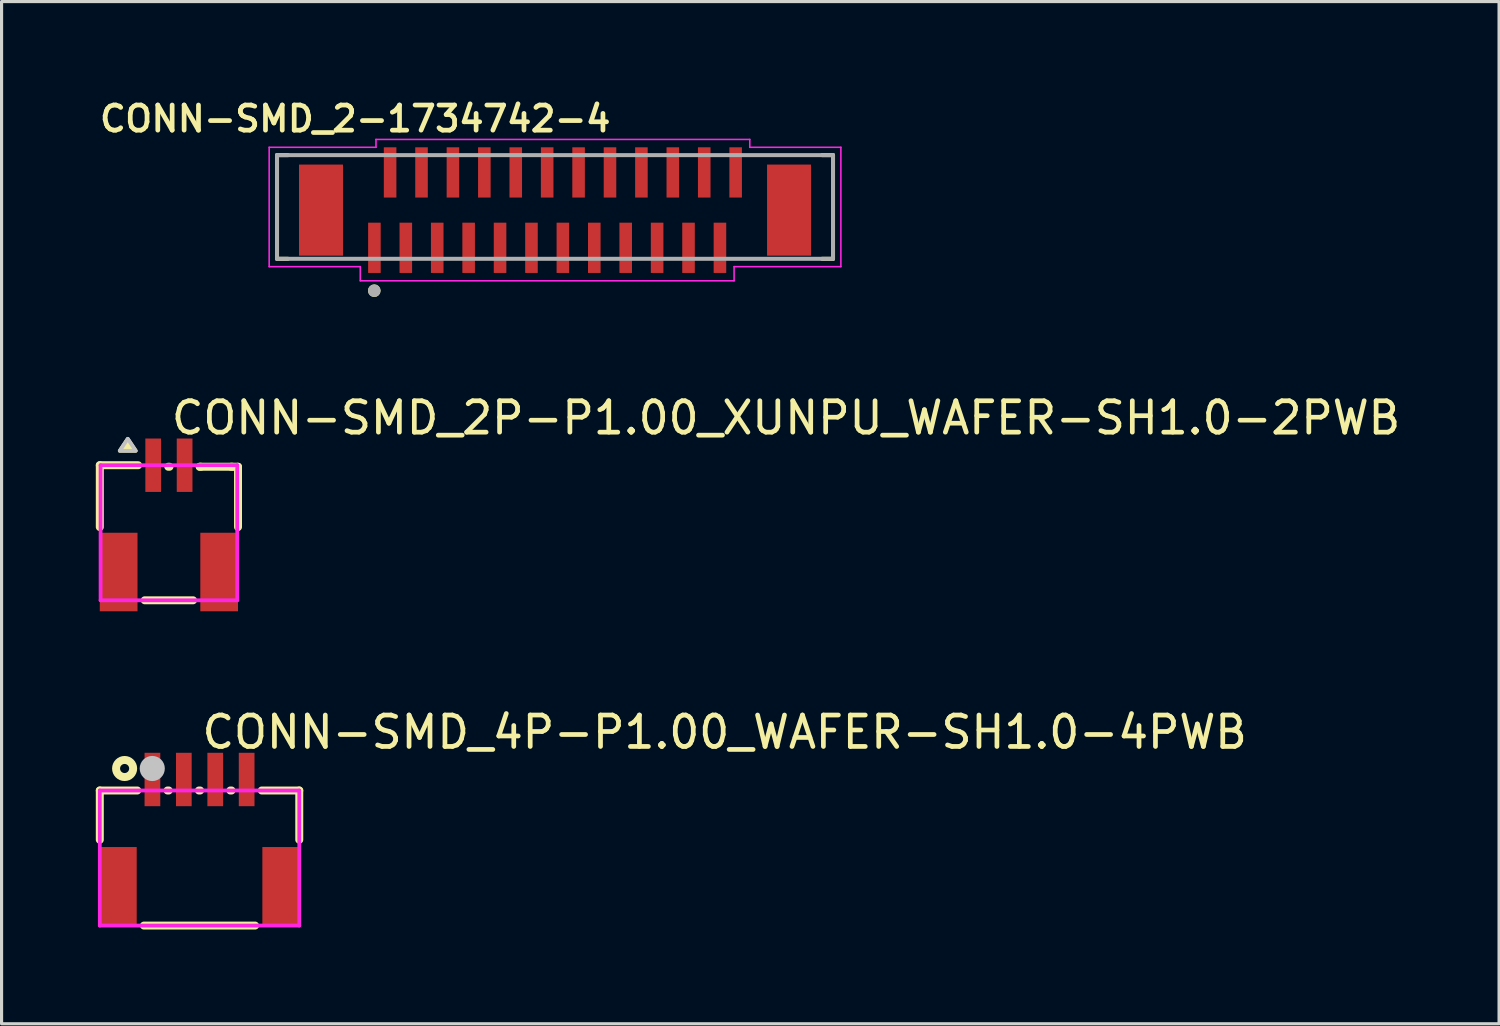
<source format=kicad_pcb>
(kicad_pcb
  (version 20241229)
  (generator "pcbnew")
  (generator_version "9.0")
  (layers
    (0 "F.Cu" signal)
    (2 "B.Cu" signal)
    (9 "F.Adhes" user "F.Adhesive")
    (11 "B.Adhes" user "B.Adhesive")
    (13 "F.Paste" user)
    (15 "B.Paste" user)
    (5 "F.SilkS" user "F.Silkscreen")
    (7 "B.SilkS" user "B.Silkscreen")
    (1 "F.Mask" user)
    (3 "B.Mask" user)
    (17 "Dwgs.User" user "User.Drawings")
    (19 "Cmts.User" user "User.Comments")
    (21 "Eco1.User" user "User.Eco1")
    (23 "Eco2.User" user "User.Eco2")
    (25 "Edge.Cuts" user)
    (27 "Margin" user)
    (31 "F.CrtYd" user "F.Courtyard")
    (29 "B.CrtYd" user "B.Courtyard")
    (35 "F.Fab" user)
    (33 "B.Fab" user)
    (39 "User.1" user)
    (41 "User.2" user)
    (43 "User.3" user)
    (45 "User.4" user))
  (footprint "CONN-SMD_2-1734742-4"
    (layer "F.Cu")
    (at 14.619 3.639)
    (property "Reference" "CONN-SMD_2-1734742-4" (at -6.36 -2.908 0) (layer "F.SilkS") (effects (font (size 0.8 0.8) (thickness 0.15))))
    (attr smd)
    (fp_line (start -8.85 -1.75) (end -8.85 1.55) (stroke (width 0.127) (type solid)) (layer "F.SilkS"))
    (fp_line (start -8.85 1.55) (end -8.5 1.55) (stroke (width 0.127) (type solid)) (layer "F.SilkS"))
    (fp_line (start -8.5 -1.75) (end -8.85 -1.75) (stroke (width 0.127) (type solid)) (layer "F.SilkS"))
    (fp_line (start 8.5 -1.75) (end 8.85 -1.75) (stroke (width 0.127) (type solid)) (layer "F.SilkS"))
    (fp_line (start 8.85 -1.75) (end 8.85 1.55) (stroke (width 0.127) (type solid)) (layer "F.SilkS"))
    (fp_line (start 8.85 1.55) (end 8.5 1.55) (stroke (width 0.127) (type solid)) (layer "F.SilkS"))
    (fp_circle (center -5.754 2.565) (end -5.654 2.565) (stroke (width 0.2) (type solid)) (fill no) (layer "F.SilkS"))
    (fp_line (start -9.1 -2) (end -5.7 -2) (stroke (width 0.05) (type solid)) (layer "F.CrtYd"))
    (fp_line (start -9.1 1.8) (end -9.1 -2) (stroke (width 0.05) (type solid)) (layer "F.CrtYd"))
    (fp_line (start -6.2 1.8) (end -9.1 1.8) (stroke (width 0.05) (type solid)) (layer "F.CrtYd"))
    (fp_line (start -6.2 2.25) (end -6.2 1.8) (stroke (width 0.05) (type solid)) (layer "F.CrtYd"))
    (fp_line (start -5.7 -2.25) (end 6.2 -2.25) (stroke (width 0.05) (type solid)) (layer "F.CrtYd"))
    (fp_line (start -5.7 -2) (end -5.7 -2.25) (stroke (width 0.05) (type solid)) (layer "F.CrtYd"))
    (fp_line (start 5.7 1.8) (end 5.7 2.25) (stroke (width 0.05) (type solid)) (layer "F.CrtYd"))
    (fp_line (start 5.7 2.25) (end -6.2 2.25) (stroke (width 0.05) (type solid)) (layer "F.CrtYd"))
    (fp_line (start 6.2 -2.25) (end 6.2 -2) (stroke (width 0.05) (type solid)) (layer "F.CrtYd"))
    (fp_line (start 6.2 -2) (end 9.1 -2) (stroke (width 0.05) (type solid)) (layer "F.CrtYd"))
    (fp_line (start 9.1 -2) (end 9.1 1.8) (stroke (width 0.05) (type solid)) (layer "F.CrtYd"))
    (fp_line (start 9.1 1.8) (end 5.7 1.8) (stroke (width 0.05) (type solid)) (layer "F.CrtYd"))
    (fp_line (start -8.85 -1.75) (end 8.85 -1.75) (stroke (width 0.127) (type solid)) (layer "F.Fab"))
    (fp_line (start -8.85 1.55) (end -8.85 -1.75) (stroke (width 0.127) (type solid)) (layer "F.Fab"))
    (fp_line (start 8.85 -1.75) (end 8.85 1.55) (stroke (width 0.127) (type solid)) (layer "F.Fab"))
    (fp_line (start 8.85 1.55) (end -8.85 1.55) (stroke (width 0.127) (type solid)) (layer "F.Fab"))
    (fp_circle (center -5.754 2.565) (end -5.654 2.565) (stroke (width 0.2) (type solid)) (fill no) (layer "F.Fab"))
    (pad "1" smd rect (at -5.75 1.2) (size 0.4 1.6) (layers "F.Cu" "F.Mask" "F.Paste"))
    (pad "2" smd rect (at -5.25 -1.2) (size 0.4 1.6) (layers "F.Cu" "F.Mask" "F.Paste"))
    (pad "3" smd rect (at -4.75 1.2) (size 0.4 1.6) (layers "F.Cu" "F.Mask" "F.Paste"))
    (pad "4" smd rect (at -4.25 -1.2) (size 0.4 1.6) (layers "F.Cu" "F.Mask" "F.Paste"))
    (pad "5" smd rect (at -3.75 1.2) (size 0.4 1.6) (layers "F.Cu" "F.Mask" "F.Paste"))
    (pad "6" smd rect (at -3.25 -1.2) (size 0.4 1.6) (layers "F.Cu" "F.Mask" "F.Paste"))
    (pad "7" smd rect (at -2.75 1.2) (size 0.4 1.6) (layers "F.Cu" "F.Mask" "F.Paste"))
    (pad "8" smd rect (at -2.25 -1.2) (size 0.4 1.6) (layers "F.Cu" "F.Mask" "F.Paste"))
    (pad "9" smd rect (at -1.75 1.2) (size 0.4 1.6) (layers "F.Cu" "F.Mask" "F.Paste"))
    (pad "10" smd rect (at -1.25 -1.2) (size 0.4 1.6) (layers "F.Cu" "F.Mask" "F.Paste"))
    (pad "11" smd rect (at -0.75 1.2) (size 0.4 1.6) (layers "F.Cu" "F.Mask" "F.Paste"))
    (pad "12" smd rect (at -0.25 -1.2) (size 0.4 1.6) (layers "F.Cu" "F.Mask" "F.Paste"))
    (pad "13" smd rect (at 0.25 1.2) (size 0.4 1.6) (layers "F.Cu" "F.Mask" "F.Paste"))
    (pad "14" smd rect (at 0.75 -1.2) (size 0.4 1.6) (layers "F.Cu" "F.Mask" "F.Paste"))
    (pad "15" smd rect (at 1.25 1.2) (size 0.4 1.6) (layers "F.Cu" "F.Mask" "F.Paste"))
    (pad "16" smd rect (at 1.75 -1.2) (size 0.4 1.6) (layers "F.Cu" "F.Mask" "F.Paste"))
    (pad "17" smd rect (at 2.25 1.2) (size 0.4 1.6) (layers "F.Cu" "F.Mask" "F.Paste"))
    (pad "18" smd rect (at 2.75 -1.2) (size 0.4 1.6) (layers "F.Cu" "F.Mask" "F.Paste"))
    (pad "19" smd rect (at 3.25 1.2) (size 0.4 1.6) (layers "F.Cu" "F.Mask" "F.Paste"))
    (pad "20" smd rect (at 3.75 -1.2) (size 0.4 1.6) (layers "F.Cu" "F.Mask" "F.Paste"))
    (pad "21" smd rect (at 4.25 1.2) (size 0.4 1.6) (layers "F.Cu" "F.Mask" "F.Paste"))
    (pad "22" smd rect (at 4.75 -1.2) (size 0.4 1.6) (layers "F.Cu" "F.Mask" "F.Paste"))
    (pad "23" smd rect (at 5.25 1.2) (size 0.4 1.6) (layers "F.Cu" "F.Mask" "F.Paste"))
    (pad "24" smd rect (at 5.75 -1.2) (size 0.4 1.6) (layers "F.Cu" "F.Mask" "F.Paste"))
    (pad "S1" smd rect (at -7.45 0) (size 1.4 2.9) (layers "F.Cu" "F.Mask" "F.Paste"))
    (pad "S2" smd rect (at 7.45 0) (size 1.4 2.9) (layers "F.Cu" "F.Mask" "F.Paste")))
  (footprint "CONN-SMD_4P-P1.00_WAFER-SH1.0-4PWB"
    (layer "F.Cu")
    (at 3.302 23.465)
    (property "Reference" "CONN-SMD_4P-P1.00_WAFER-SH1.0-4PWB" (at 0 -3.207 0) (layer "F.SilkS") (effects (font (size 1 1) (thickness 0.15)) (justify left)))
    (attr through_hole)
    (fp_line (start -3.175 -1.35) (end -3.175 0.219) (stroke (width 0.254) (type solid)) (layer "F.SilkS"))
    (fp_line (start -1.981 -1.35) (end -3.175 -1.35) (stroke (width 0.254) (type solid)) (layer "F.SilkS"))
    (fp_line (start -1.769 2.95) (end 1.769 2.95) (stroke (width 0.254) (type solid)) (layer "F.SilkS"))
    (fp_line (start -0.981 -1.35) (end -1.019 -1.35) (stroke (width 0.254) (type solid)) (layer "F.SilkS"))
    (fp_line (start 0.019 -1.35) (end -0.019 -1.35) (stroke (width 0.254) (type solid)) (layer "F.SilkS"))
    (fp_line (start 1.019 -1.35) (end 0.981 -1.35) (stroke (width 0.254) (type solid)) (layer "F.SilkS"))
    (fp_line (start 1.981 -1.35) (end 3.175 -1.35) (stroke (width 0.254) (type solid)) (layer "F.SilkS"))
    (fp_line (start 3.175 -1.35) (end 3.175 0.219) (stroke (width 0.254) (type solid)) (layer "F.SilkS"))
    (fp_circle (center -2.385 -2.05) (end -2.113 -2.05) (stroke (width 0.254) (type solid)) (fill no) (layer "F.SilkS"))
    (fp_circle (center -1.505 -2.05) (end -1.305 -2.05) (stroke (width 0.4) (type solid)) (fill no) (layer "Dwgs.User"))
    (fp_circle (center -3.175 -2.1) (end -3.145 -2.1) (stroke (width 0.06) (type solid)) (fill no) (layer "Eco2.User"))
    (fp_poly (pts (xy -2.7 0.8) (xy -2.5 0.8) (xy -2.5 2.6) (xy -2.7 2.6)) (stroke (width 0.12) (type solid)) (fill no) (layer "Eco2.User"))
    (fp_poly (pts (xy -1.6 -2.1) (xy -1.4 -2.1) (xy -1.4 -1.3) (xy -1.6 -1.3)) (stroke (width 0.12) (type solid)) (fill no) (layer "Eco2.User"))
    (fp_poly (pts (xy -0.6 -2.1) (xy -0.4 -2.1) (xy -0.4 -1.3) (xy -0.6 -1.3)) (stroke (width 0.12) (type solid)) (fill no) (layer "Eco2.User"))
    (fp_poly (pts (xy 0.4 -2.1) (xy 0.6 -2.1) (xy 0.6 -1.3) (xy 0.4 -1.3)) (stroke (width 0.12) (type solid)) (fill no) (layer "Eco2.User"))
    (fp_poly (pts (xy 1.4 -2.1) (xy 1.6 -2.1) (xy 1.6 -1.3) (xy 1.4 -1.3)) (stroke (width 0.12) (type solid)) (fill no) (layer "Eco2.User"))
    (fp_poly (pts (xy 2.5 0.8) (xy 2.7 0.8) (xy 2.7 2.6) (xy 2.5 2.6)) (stroke (width 0.12) (type solid)) (fill no) (layer "Eco2.User"))
    (fp_line (start -3.175 -1.35) (end 3.175 -1.35) (stroke (width 0.12) (type solid)) (layer "F.CrtYd"))
    (fp_line (start -3.175 2.95) (end -3.175 -1.35) (stroke (width 0.12) (type solid)) (layer "F.CrtYd"))
    (fp_line (start 3.175 -1.35) (end 3.175 2.95) (stroke (width 0.12) (type solid)) (layer "F.CrtYd"))
    (fp_line (start 3.175 2.95) (end -3.175 2.95) (stroke (width 0.12) (type solid)) (layer "F.CrtYd"))
    (pad "1" smd rect (at -1.5 -1.7) (size 0.5 1.7) (layers "F.Cu" "F.Mask" "F.Paste"))
    (pad "2" smd rect (at -0.5 -1.7) (size 0.5 1.7) (layers "F.Cu" "F.Mask" "F.Paste"))
    (pad "3" smd rect (at 0.5 -1.7) (size 0.5 1.7) (layers "F.Cu" "F.Mask" "F.Paste"))
    (pad "4" smd rect (at 1.5 -1.7) (size 0.5 1.7) (layers "F.Cu" "F.Mask" "F.Paste"))
    (pad "5" smd rect (at -2.6 1.7) (size 1.2 2.5) (layers "F.Cu" "F.Mask" "F.Paste"))
    (pad "6" smd rect (at 2.6 1.7) (size 1.2 2.5) (layers "F.Cu" "F.Mask" "F.Paste")))
  (footprint "CONN-SMD_2P-P1.00_XUNPU_WAFER-SH1.0-2PWB"
    (layer "F.Cu")
    (at 2.327 13.46)
    (property "Reference" "CONN-SMD_2P-P1.00_XUNPU_WAFER-SH1.0-2PWB" (at 0 -3.207 0) (layer "F.SilkS") (effects (font (size 1 1) (thickness 0.15)) (justify left)))
    (attr through_hole)
    (fp_line (start -2.2 -1.7) (end -2.2 0.269) (stroke (width 0.254) (type solid)) (layer "F.SilkS"))
    (fp_line (start -0.98 -1.7) (end -2.2 -1.7) (stroke (width 0.254) (type solid)) (layer "F.SilkS"))
    (fp_line (start -0.019 -1.651) (end 0.019 -1.651) (stroke (width 0.254) (type solid)) (layer "F.SilkS"))
    (fp_line (start 0.769 2.6) (end -0.769 2.6) (stroke (width 0.254) (type solid)) (layer "F.SilkS"))
    (fp_line (start 0.981 -1.651) (end 1.019 -1.651) (stroke (width 0.254) (type solid)) (layer "F.SilkS"))
    (fp_line (start 0.981 -1.651) (end 2.2 -1.651) (stroke (width 0.254) (type solid)) (layer "F.SilkS"))
    (fp_line (start 1.981 -1.651) (end 2.019 -1.651) (stroke (width 0.254) (type solid)) (layer "F.SilkS"))
    (fp_line (start 2.2 -1.651) (end 2.2 0.268) (stroke (width 0.254) (type solid)) (layer "F.SilkS"))
    (fp_poly (pts (xy -1.31 -2.54) (xy -1.564 -2.159) (xy -1.056 -2.159)) (stroke (width 0.12) (type solid)) (fill yes) (layer "F.SilkS"))
    (fp_poly (pts (xy -1.31 -2.54) (xy -1.564 -2.159) (xy -1.056 -2.159)) (stroke (width 0.12) (type solid)) (fill no) (layer "Dwgs.User"))
    (fp_circle (center -2.175 -2.45) (end -2.145 -2.45) (stroke (width 0.06) (type solid)) (fill no) (layer "Eco2.User"))
    (fp_poly (pts (xy -1.7 0.6) (xy -1.5 0.6) (xy -1.5 2.6) (xy -1.7 2.6)) (stroke (width 0.12) (type solid)) (fill no) (layer "Eco2.User"))
    (fp_poly (pts (xy -0.6 -2.45) (xy -0.4 -2.45) (xy -0.4 -1) (xy -0.6 -1)) (stroke (width 0.12) (type solid)) (fill no) (layer "Eco2.User"))
    (fp_poly (pts (xy 0.4 -2.45) (xy 0.6 -2.45) (xy 0.6 -1) (xy 0.4 -1)) (stroke (width 0.12) (type solid)) (fill no) (layer "Eco2.User"))
    (fp_poly (pts (xy 1.5 0.6) (xy 1.7 0.6) (xy 1.7 2.6) (xy 1.5 2.6)) (stroke (width 0.12) (type solid)) (fill no) (layer "Eco2.User"))
    (fp_line (start -2.175 -1.7) (end 2.175 -1.7) (stroke (width 0.12) (type solid)) (layer "F.CrtYd"))
    (fp_line (start -2.175 2.6) (end -2.175 -1.7) (stroke (width 0.12) (type solid)) (layer "F.CrtYd"))
    (fp_line (start 2.175 -1.7) (end 2.175 2.6) (stroke (width 0.12) (type solid)) (layer "F.CrtYd"))
    (fp_line (start 2.175 2.6) (end -2.175 2.6) (stroke (width 0.12) (type solid)) (layer "F.CrtYd"))
    (pad "1" smd rect (at -0.5 -1.7) (size 0.5 1.7) (layers "F.Cu" "F.Mask" "F.Paste"))
    (pad "2" smd rect (at 0.5 -1.7) (size 0.5 1.7) (layers "F.Cu" "F.Mask" "F.Paste"))
    (pad "3" smd rect (at 1.6 1.7) (size 1.2 2.5) (layers "F.Cu" "F.Mask" "F.Paste"))
    (pad "4" smd rect (at -1.6 1.7) (size 1.2 2.5) (layers "F.Cu" "F.Mask" "F.Paste")))
  (gr_rect
    (start -3 -3)
    (end 44.672 29.542)
    (stroke (width 0.1) (type default))
    (fill no)
    (layer "Edge.Cuts")))
</source>
